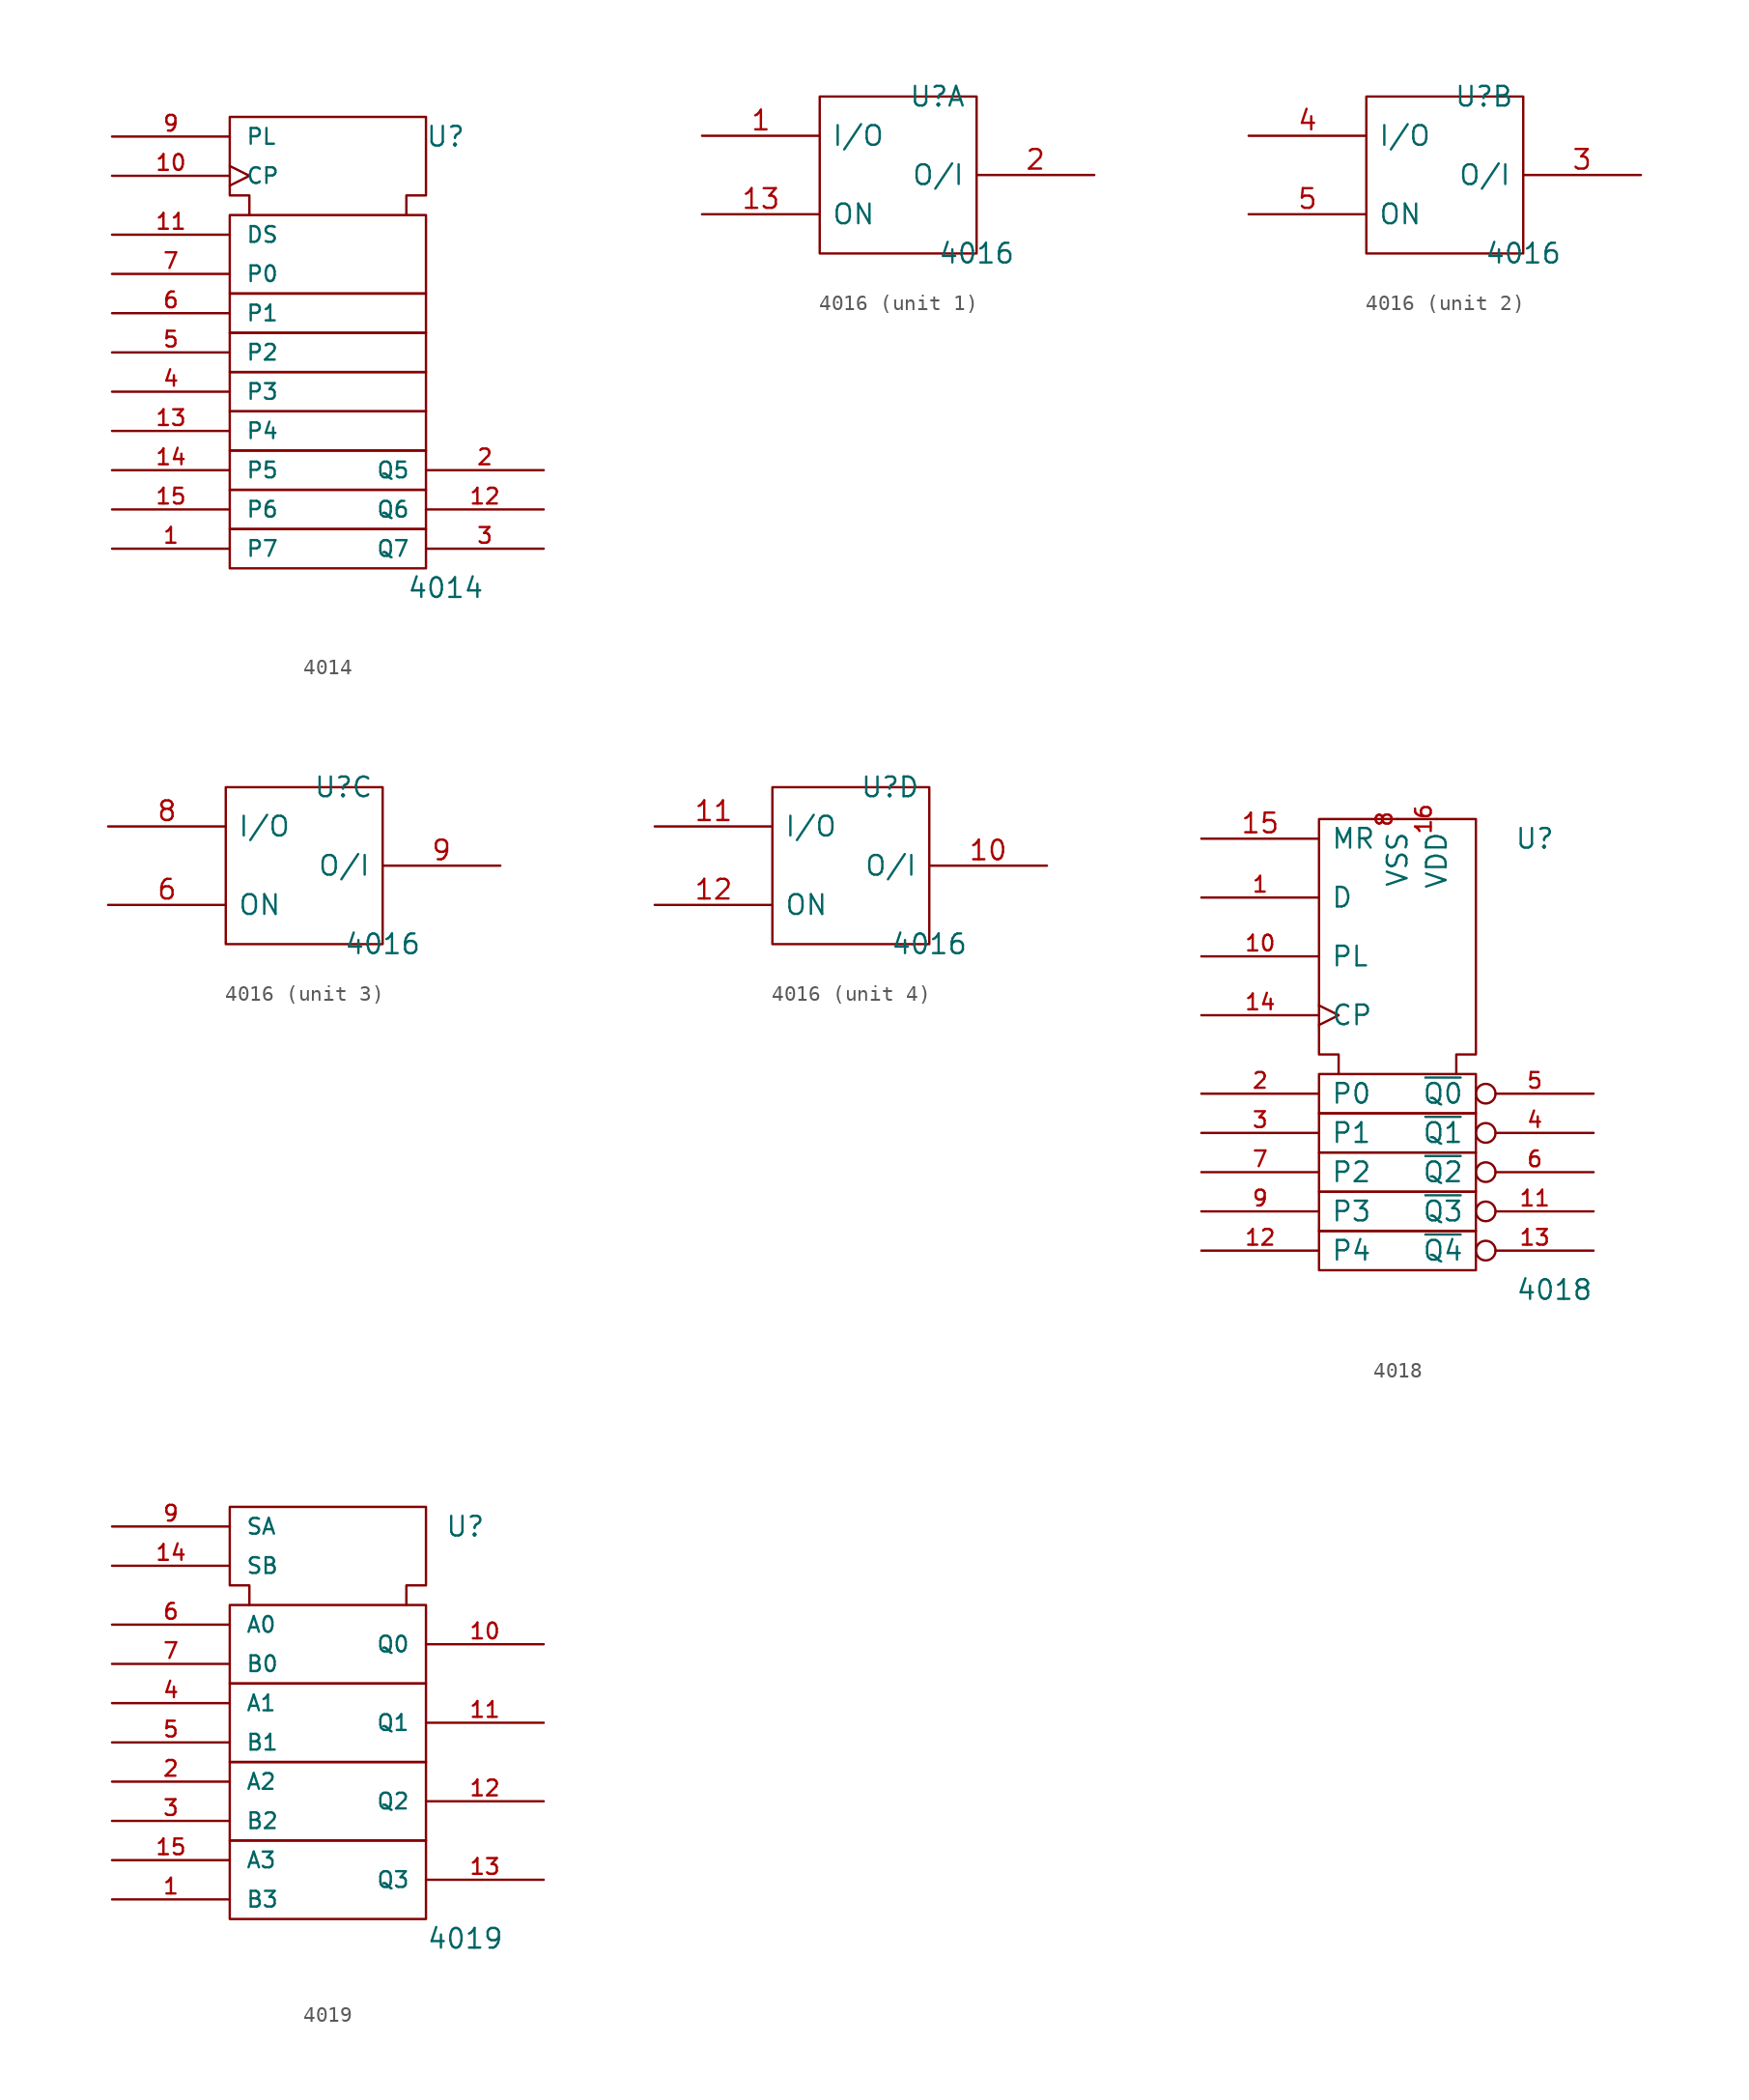
<source format=kicad_sym>
(kicad_symbol_lib
  (version 20211014)
  (generator kicad_symbol_editor)
  (symbol "4014"
    (pin_names
      (offset 1.016))
    (property "Reference" "U"
      (at 7.62 7.62 0)
      (effects (font (size 1.27 1.27))))
    (property "Value" "4014"
      (at 7.62 -21.59 0)
      (effects (font (size 1.27 1.27))))
    (symbol "4014_0_1"
      (rectangle (start -6.35 -17.78) (end 6.35 -20.32) (stroke (width 0) (type default) (color 0 0 0 0)) (fill (type none)))
      (rectangle (start -6.35 -15.24) (end 6.35 -17.78) (stroke (width 0) (type default) (color 0 0 0 0)) (fill (type none)))
      (rectangle (start -6.35 -12.7) (end 6.35 -15.24) (stroke (width 0) (type default) (color 0 0 0 0)) (fill (type none)))
      (rectangle (start -6.35 -10.16) (end 6.35 -12.7) (stroke (width 0) (type default) (color 0 0 0 0)) (fill (type none)))
      (rectangle (start -6.35 -7.62) (end 6.35 -10.16) (stroke (width 0) (type default) (color 0 0 0 0)) (fill (type none)))
      (rectangle (start -6.35 -5.08) (end 6.35 -7.62) (stroke (width 0) (type default) (color 0 0 0 0)) (fill (type none)))
      (rectangle (start -6.35 -2.54) (end 6.35 -5.08) (stroke (width 0) (type default) (color 0 0 0 0)) (fill (type none)))
      (rectangle (start -6.35 2.54) (end 6.35 -2.54) (stroke (width 0) (type default) (color 0 0 0 0)) (fill (type none)))
      (polyline (pts (xy -5.08 2.54) (xy -5.08 3.81) (xy -6.35 3.81) (xy -6.35 8.89) (xy 6.35 8.89) (xy 6.35 3.81) (xy 5.08 3.81) (xy 5.08 2.54) (xy 5.08 2.54)) (stroke (width 0) (type default) (color 0 0 0 0)) (fill (type none))))
    (symbol "4014_1_1"
      (pin input line (at -13.97 -19.05 0) (length 7.62) (name "P7" (effects (font (size 1.016 1.016)))) (number "1" (effects (font (size 1.016 1.016)))))
      (pin output clock (at -13.97 5.08 0) (length 7.62) (name "CP" (effects (font (size 1.016 1.016)))) (number "10" (effects (font (size 1.016 1.016)))))
      (pin output line (at -13.97 1.27 0) (length 7.62) (name "DS" (effects (font (size 1.016 1.016)))) (number "11" (effects (font (size 1.016 1.016)))))
      (pin output line (at 13.97 -16.51 180) (length 7.62) (name "Q6" (effects (font (size 1.016 1.016)))) (number "12" (effects (font (size 1.016 1.016)))))
      (pin input line (at -13.97 -11.43 0) (length 7.62) (name "P4" (effects (font (size 1.016 1.016)))) (number "13" (effects (font (size 1.016 1.016)))))
      (pin input line (at -13.97 -13.97 0) (length 7.62) (name "P5" (effects (font (size 1.016 1.016)))) (number "14" (effects (font (size 1.016 1.016)))))
      (pin input line (at -13.97 -16.51 0) (length 7.62) (name "P6" (effects (font (size 1.016 1.016)))) (number "15" (effects (font (size 1.016 1.016)))))
      (pin power_in line (at 3.81 8.89 270) (length 0) hide (name "Vdd" (effects (font (size 1.016 1.016)))) (number "16" (effects (font (size 1.016 1.016)))))
      (pin output line (at 13.97 -13.97 180) (length 7.62) (name "Q5" (effects (font (size 1.016 1.016)))) (number "2" (effects (font (size 1.016 1.016)))))
      (pin output line (at 13.97 -19.05 180) (length 7.62) (name "Q7" (effects (font (size 1.016 1.016)))) (number "3" (effects (font (size 1.016 1.016)))))
      (pin input line (at -13.97 -8.89 0) (length 7.62) (name "P3" (effects (font (size 1.016 1.016)))) (number "4" (effects (font (size 1.016 1.016)))))
      (pin input line (at -13.97 -6.35 0) (length 7.62) (name "P2" (effects (font (size 1.016 1.016)))) (number "5" (effects (font (size 1.016 1.016)))))
      (pin input line (at -13.97 -3.81 0) (length 7.62) (name "P1" (effects (font (size 1.016 1.016)))) (number "6" (effects (font (size 1.016 1.016)))))
      (pin input line (at -13.97 -1.27 0) (length 7.62) (name "P0" (effects (font (size 1.016 1.016)))) (number "7" (effects (font (size 1.016 1.016)))))
      (pin power_in line (at 0 8.89 270) (length 0) hide (name "Vss" (effects (font (size 1.016 1.016)))) (number "8" (effects (font (size 1.016 1.016)))))
      (pin output line (at -13.97 7.62 0) (length 7.62) (name "PL" (effects (font (size 1.016 1.016)))) (number "9" (effects (font (size 1.016 1.016)))))))
  (symbol "4016"
    (pin_names
      (offset 0.762))
    (property "Reference" "U"
      (at 2.54 5.08 0)
      (effects (font (size 1.27 1.27))))
    (property "Value" "4016"
      (at 5.08 -5.08 0)
      (effects (font (size 1.27 1.27))))
    (symbol "4016_0_1"
      (rectangle (start -5.08 5.08) (end 5.08 -5.08) (stroke (width 0) (type default) (color 0 0 0 0)) (fill (type none)))
      (pin power_in line (at 0 5.08 270) (length 0) hide (name "Vdd" (effects (font (size 1.27 1.27)))) (number "14" (effects (font (size 1.27 1.27)))))
      (pin power_in line (at 0 -5.08 90) (length 0) hide (name "Vss" (effects (font (size 1.27 1.27)))) (number "7" (effects (font (size 1.27 1.27))))))
    (symbol "4016_1_1"
      (pin passive line (at -12.7 2.54 0) (length 7.62) (name "I/O" (effects (font (size 1.27 1.27)))) (number "1" (effects (font (size 1.27 1.27)))))
      (pin input line (at -12.7 -2.54 0) (length 7.62) (name "ON" (effects (font (size 1.27 1.27)))) (number "13" (effects (font (size 1.27 1.27)))))
      (pin passive line (at 12.7 0 180) (length 7.62) (name "O/I" (effects (font (size 1.27 1.27)))) (number "2" (effects (font (size 1.27 1.27))))))
    (symbol "4016_2_1"
      (pin passive line (at 12.7 0 180) (length 7.62) (name "O/I" (effects (font (size 1.27 1.27)))) (number "3" (effects (font (size 1.27 1.27)))))
      (pin passive line (at -12.7 2.54 0) (length 7.62) (name "I/O" (effects (font (size 1.27 1.27)))) (number "4" (effects (font (size 1.27 1.27)))))
      (pin input line (at -12.7 -2.54 0) (length 7.62) (name "ON" (effects (font (size 1.27 1.27)))) (number "5" (effects (font (size 1.27 1.27))))))
    (symbol "4016_3_1"
      (pin input line (at -12.7 -2.54 0) (length 7.62) (name "ON" (effects (font (size 1.27 1.27)))) (number "6" (effects (font (size 1.27 1.27)))))
      (pin passive line (at -12.7 2.54 0) (length 7.62) (name "I/O" (effects (font (size 1.27 1.27)))) (number "8" (effects (font (size 1.27 1.27)))))
      (pin passive line (at 12.7 0 180) (length 7.62) (name "O/I" (effects (font (size 1.27 1.27)))) (number "9" (effects (font (size 1.27 1.27))))))
    (symbol "4016_4_1"
      (pin passive line (at 12.7 0 180) (length 7.62) (name "O/I" (effects (font (size 1.27 1.27)))) (number "10" (effects (font (size 1.27 1.27)))))
      (pin passive line (at -12.7 2.54 0) (length 7.62) (name "I/O" (effects (font (size 1.27 1.27)))) (number "11" (effects (font (size 1.27 1.27)))))
      (pin input line (at -12.7 -2.54 0) (length 7.62) (name "ON" (effects (font (size 1.27 1.27)))) (number "12" (effects (font (size 1.27 1.27)))))))
  (symbol "4018"
    (pin_names
      (offset 0.762))
    (property "Reference" "U"
      (at 8.89 11.43 0)
      (effects (font (size 1.27 1.27))))
    (property "Value" "4018"
      (at 10.16 -17.78 0)
      (effects (font (size 1.27 1.27))))
    (symbol "4018_0_1"
      (rectangle (start -5.08 -13.97) (end 5.08 -16.51) (stroke (width 0) (type default) (color 0 0 0 0)) (fill (type none)))
      (rectangle (start -5.08 -11.43) (end 5.08 -13.97) (stroke (width 0) (type default) (color 0 0 0 0)) (fill (type none)))
      (rectangle (start -5.08 -8.89) (end 5.08 -11.43) (stroke (width 0) (type default) (color 0 0 0 0)) (fill (type none)))
      (rectangle (start -5.08 -6.35) (end 5.08 -8.89) (stroke (width 0) (type default) (color 0 0 0 0)) (fill (type none)))
      (rectangle (start -5.08 -3.81) (end 5.08 -6.35) (stroke (width 0) (type default) (color 0 0 0 0)) (fill (type none)))
      (polyline (pts (xy -3.81 -3.81) (xy -3.81 -2.54) (xy -5.08 -2.54) (xy -5.08 12.7) (xy 5.08 12.7) (xy 5.08 -2.54) (xy 3.81 -2.54) (xy 3.81 -3.81) (xy 3.81 -3.81)) (stroke (width 0) (type default) (color 0 0 0 0)) (fill (type none))))
    (symbol "4018_1_1"
      (pin input line (at -12.7 7.62 0) (length 7.62) (name "D" (effects (font (size 1.27 1.27)))) (number "1" (effects (font (size 1.016 1.016)))))
      (pin input line (at -12.7 3.81 0) (length 7.62) (name "PL" (effects (font (size 1.27 1.27)))) (number "10" (effects (font (size 1.016 1.016)))))
      (pin output inverted (at 12.7 -12.7 180) (length 7.62) (name "~{Q3}" (effects (font (size 1.27 1.27)))) (number "11" (effects (font (size 1.016 1.016)))))
      (pin input line (at -12.7 -15.24 0) (length 7.62) (name "P4" (effects (font (size 1.27 1.27)))) (number "12" (effects (font (size 1.016 1.016)))))
      (pin output inverted (at 12.7 -15.24 180) (length 7.62) (name "~{Q4}" (effects (font (size 1.27 1.27)))) (number "13" (effects (font (size 1.016 1.016)))))
      (pin input clock (at -12.7 0 0) (length 7.62) (name "CP" (effects (font (size 1.27 1.27)))) (number "14" (effects (font (size 1.016 1.016)))))
      (pin input line (at -12.7 11.43 0) (length 7.62) (name "MR" (effects (font (size 1.27 1.27)))) (number "15" (effects (font (size 1.27 1.27)))))
      (pin power_in line (at 2.54 12.7 270) (length 0) (name "VDD" (effects (font (size 1.27 1.27)))) (number "16" (effects (font (size 1.016 1.016)))))
      (pin input line (at -12.7 -5.08 0) (length 7.62) (name "P0" (effects (font (size 1.27 1.27)))) (number "2" (effects (font (size 1.016 1.016)))))
      (pin input line (at -12.7 -7.62 0) (length 7.62) (name "P1" (effects (font (size 1.27 1.27)))) (number "3" (effects (font (size 1.016 1.016)))))
      (pin output inverted (at 12.7 -7.62 180) (length 7.62) (name "~{Q1}" (effects (font (size 1.27 1.27)))) (number "4" (effects (font (size 1.016 1.016)))))
      (pin output inverted (at 12.7 -5.08 180) (length 7.62) (name "~{Q0}" (effects (font (size 1.27 1.27)))) (number "5" (effects (font (size 1.016 1.016)))))
      (pin output inverted (at 12.7 -10.16 180) (length 7.62) (name "~{Q2}" (effects (font (size 1.27 1.27)))) (number "6" (effects (font (size 1.016 1.016)))))
      (pin input line (at -12.7 -10.16 0) (length 7.62) (name "P2" (effects (font (size 1.27 1.27)))) (number "7" (effects (font (size 1.016 1.016)))))
      (pin power_in line (at 0 12.7 270) (length 0) (name "VSS" (effects (font (size 1.27 1.27)))) (number "8" (effects (font (size 1.016 1.016)))))
      (pin input line (at -12.7 -12.7 0) (length 7.62) (name "P3" (effects (font (size 1.27 1.27)))) (number "9" (effects (font (size 1.016 1.016)))))))
  (symbol "4019"
    (pin_names
      (offset 1.016))
    (property "Reference" "U"
      (at 8.89 10.16 0)
      (effects (font (size 1.27 1.27))))
    (property "Value" "4019"
      (at 8.89 -16.51 0)
      (effects (font (size 1.27 1.27))))
    (symbol "4019_0_1"
      (rectangle (start -6.35 -10.16) (end 6.35 -15.24) (stroke (width 0) (type default) (color 0 0 0 0)) (fill (type none)))
      (rectangle (start -6.35 -5.08) (end 6.35 -10.16) (stroke (width 0) (type default) (color 0 0 0 0)) (fill (type none)))
      (rectangle (start -6.35 0) (end 6.35 -5.08) (stroke (width 0) (type default) (color 0 0 0 0)) (fill (type none)))
      (rectangle (start -6.35 0) (end 6.35 5.08) (stroke (width 0) (type default) (color 0 0 0 0)) (fill (type none)))
      (polyline (pts (xy -5.08 5.08) (xy -5.08 6.35) (xy -6.35 6.35) (xy -6.35 11.43) (xy 6.35 11.43) (xy 6.35 6.35) (xy 5.08 6.35) (xy 5.08 5.08) (xy 5.08 5.08)) (stroke (width 0) (type default) (color 0 0 0 0)) (fill (type none)))
      (pin power_in line (at 3.81 11.43 270) (length 0) hide (name "Vdd" (effects (font (size 1.016 1.016)))) (number "16" (effects (font (size 1.016 1.016)))))
      (pin power_in line (at 0 11.43 270) (length 0) hide (name "Vss" (effects (font (size 1.016 1.016)))) (number "8" (effects (font (size 1.016 1.016))))))
    (symbol "4019_1_1"
      (pin input line (at -13.97 -13.97 0) (length 7.62) (name "B3" (effects (font (size 1.016 1.016)))) (number "1" (effects (font (size 1.016 1.016)))))
      (pin output line (at 13.97 2.54 180) (length 7.62) (name "Q0" (effects (font (size 1.016 1.016)))) (number "10" (effects (font (size 1.016 1.016)))))
      (pin output line (at 13.97 -2.54 180) (length 7.62) (name "Q1" (effects (font (size 1.016 1.016)))) (number "11" (effects (font (size 1.016 1.016)))))
      (pin output line (at 13.97 -7.62 180) (length 7.62) (name "Q2" (effects (font (size 1.016 1.016)))) (number "12" (effects (font (size 1.016 1.016)))))
      (pin output line (at 13.97 -12.7 180) (length 7.62) (name "Q3" (effects (font (size 1.016 1.016)))) (number "13" (effects (font (size 1.016 1.016)))))
      (pin input line (at -13.97 7.62 0) (length 7.62) (name "SB" (effects (font (size 1.016 1.016)))) (number "14" (effects (font (size 1.016 1.016)))))
      (pin input line (at -13.97 -11.43 0) (length 7.62) (name "A3" (effects (font (size 1.016 1.016)))) (number "15" (effects (font (size 1.016 1.016)))))
      (pin input line (at -13.97 -6.35 0) (length 7.62) (name "A2" (effects (font (size 1.016 1.016)))) (number "2" (effects (font (size 1.016 1.016)))))
      (pin input line (at -13.97 -8.89 0) (length 7.62) (name "B2" (effects (font (size 1.016 1.016)))) (number "3" (effects (font (size 1.016 1.016)))))
      (pin input line (at -13.97 -1.27 0) (length 7.62) (name "A1" (effects (font (size 1.016 1.016)))) (number "4" (effects (font (size 1.016 1.016)))))
      (pin input line (at -13.97 -3.81 0) (length 7.62) (name "B1" (effects (font (size 1.016 1.016)))) (number "5" (effects (font (size 1.016 1.016)))))
      (pin input line (at -13.97 3.81 0) (length 7.62) (name "A0" (effects (font (size 1.016 1.016)))) (number "6" (effects (font (size 1.016 1.016)))))
      (pin input line (at -13.97 1.27 0) (length 7.62) (name "B0" (effects (font (size 1.016 1.016)))) (number "7" (effects (font (size 1.016 1.016)))))
      (pin input line (at -13.97 10.16 0) (length 7.62) (name "SA" (effects (font (size 1.016 1.016)))) (number "9" (effects (font (size 1.016 1.016))))))))
</source>
